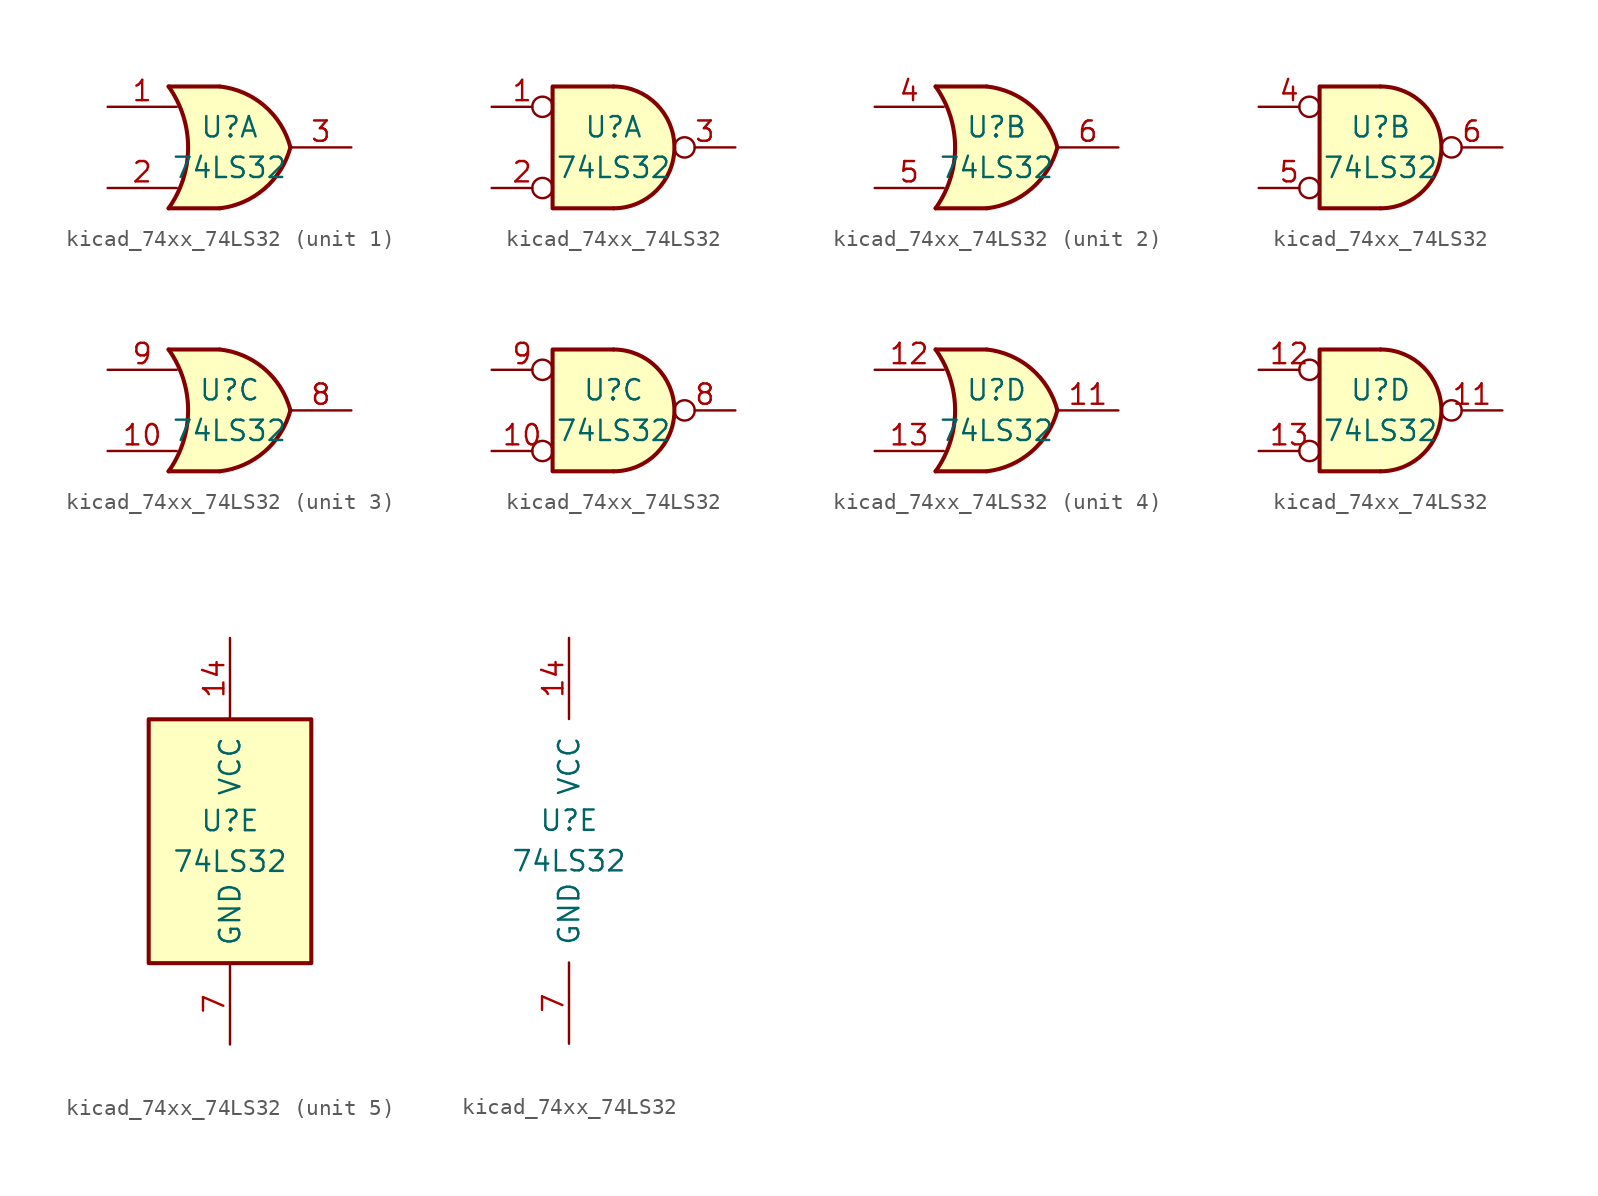
<source format=kicad_sym>
(kicad_symbol_lib
  (version 20220914)
  (generator kicad_symbol_editor)
  (symbol "kicad_74xx_74LS32"
    (pin_names
      (offset 1.016))
    (property "Reference" "U"
      (at 0 1.27 0)
      (effects (font (size 1.27 1.27))))
    (property "Value" "74LS32"
      (at 0 -1.27 0)
      (effects (font (size 1.27 1.27))))
    (property "ki_locked" ""
      (at 0 0 0)
      (effects (font (size 1.27 1.27))))
    (symbol "kicad_74xx_74LS32_1_1"
      (arc (start -3.81 -3.81) (mid -2.589 0) (end -3.81 3.81) (stroke (width 0.254) (type default)) (fill (type none)))
      (arc (start -0.6096 -3.81) (mid 2.1842 -2.5851) (end 3.81 0) (stroke (width 0.254) (type default)) (fill (type background)))
      (polyline (pts (xy -3.81 -3.81) (xy -0.635 -3.81)) (stroke (width 0.254) (type default)) (fill (type background)))
      (polyline (pts (xy -3.81 3.81) (xy -0.635 3.81)) (stroke (width 0.254) (type default)) (fill (type background)))
      (polyline (pts (xy -0.635 3.81) (xy -3.81 3.81) (xy -3.81 3.81) (xy -3.556 3.404) (xy -3.023 2.261) (xy -2.692 1.041) (xy -2.616 -0.254) (xy -2.769 -1.499) (xy -3.175 -2.718) (xy -3.81 -3.81) (xy -3.81 -3.81) (xy -0.635 -3.81)) (stroke (width -25.4) (type default)) (fill (type background)))
      (arc (start 3.81 0) (mid 2.1915 2.5936) (end -0.6096 3.81) (stroke (width 0.254) (type default)) (fill (type background)))
      (pin input line (at -7.62 2.54 0) (length 4.318) (name "~" (effects (font (size 1.27 1.27)))) (number "1" (effects (font (size 1.27 1.27)))))
      (pin input line (at -7.62 -2.54 0) (length 4.318) (name "~" (effects (font (size 1.27 1.27)))) (number "2" (effects (font (size 1.27 1.27)))))
      (pin output line (at 7.62 0 180) (length 3.81) (name "~" (effects (font (size 1.27 1.27)))) (number "3" (effects (font (size 1.27 1.27))))))
    (symbol "kicad_74xx_74LS32_1_2"
      (arc (start 0 -3.81) (mid 3.7934 0) (end 0 3.81) (stroke (width 0.254) (type default)) (fill (type background)))
      (polyline (pts (xy 0 3.81) (xy -3.81 3.81) (xy -3.81 -3.81) (xy 0 -3.81)) (stroke (width 0.254) (type default)) (fill (type background)))
      (pin input inverted (at -7.62 2.54 0) (length 3.81) (name "~" (effects (font (size 1.27 1.27)))) (number "1" (effects (font (size 1.27 1.27)))))
      (pin input inverted (at -7.62 -2.54 0) (length 3.81) (name "~" (effects (font (size 1.27 1.27)))) (number "2" (effects (font (size 1.27 1.27)))))
      (pin output inverted (at 7.62 0 180) (length 3.81) (name "~" (effects (font (size 1.27 1.27)))) (number "3" (effects (font (size 1.27 1.27))))))
    (symbol "kicad_74xx_74LS32_2_1"
      (arc (start -3.81 -3.81) (mid -2.589 0) (end -3.81 3.81) (stroke (width 0.254) (type default)) (fill (type none)))
      (arc (start -0.6096 -3.81) (mid 2.1842 -2.5851) (end 3.81 0) (stroke (width 0.254) (type default)) (fill (type background)))
      (polyline (pts (xy -3.81 -3.81) (xy -0.635 -3.81)) (stroke (width 0.254) (type default)) (fill (type background)))
      (polyline (pts (xy -3.81 3.81) (xy -0.635 3.81)) (stroke (width 0.254) (type default)) (fill (type background)))
      (polyline (pts (xy -0.635 3.81) (xy -3.81 3.81) (xy -3.81 3.81) (xy -3.556 3.404) (xy -3.023 2.261) (xy -2.692 1.041) (xy -2.616 -0.254) (xy -2.769 -1.499) (xy -3.175 -2.718) (xy -3.81 -3.81) (xy -3.81 -3.81) (xy -0.635 -3.81)) (stroke (width -25.4) (type default)) (fill (type background)))
      (arc (start 3.81 0) (mid 2.1915 2.5936) (end -0.6096 3.81) (stroke (width 0.254) (type default)) (fill (type background)))
      (pin input line (at -7.62 2.54 0) (length 4.318) (name "~" (effects (font (size 1.27 1.27)))) (number "4" (effects (font (size 1.27 1.27)))))
      (pin input line (at -7.62 -2.54 0) (length 4.318) (name "~" (effects (font (size 1.27 1.27)))) (number "5" (effects (font (size 1.27 1.27)))))
      (pin output line (at 7.62 0 180) (length 3.81) (name "~" (effects (font (size 1.27 1.27)))) (number "6" (effects (font (size 1.27 1.27))))))
    (symbol "kicad_74xx_74LS32_2_2"
      (arc (start 0 -3.81) (mid 3.7934 0) (end 0 3.81) (stroke (width 0.254) (type default)) (fill (type background)))
      (polyline (pts (xy 0 3.81) (xy -3.81 3.81) (xy -3.81 -3.81) (xy 0 -3.81)) (stroke (width 0.254) (type default)) (fill (type background)))
      (pin input inverted (at -7.62 2.54 0) (length 3.81) (name "~" (effects (font (size 1.27 1.27)))) (number "4" (effects (font (size 1.27 1.27)))))
      (pin input inverted (at -7.62 -2.54 0) (length 3.81) (name "~" (effects (font (size 1.27 1.27)))) (number "5" (effects (font (size 1.27 1.27)))))
      (pin output inverted (at 7.62 0 180) (length 3.81) (name "~" (effects (font (size 1.27 1.27)))) (number "6" (effects (font (size 1.27 1.27))))))
    (symbol "kicad_74xx_74LS32_3_1"
      (arc (start -3.81 -3.81) (mid -2.589 0) (end -3.81 3.81) (stroke (width 0.254) (type default)) (fill (type none)))
      (arc (start -0.6096 -3.81) (mid 2.1842 -2.5851) (end 3.81 0) (stroke (width 0.254) (type default)) (fill (type background)))
      (polyline (pts (xy -3.81 -3.81) (xy -0.635 -3.81)) (stroke (width 0.254) (type default)) (fill (type background)))
      (polyline (pts (xy -3.81 3.81) (xy -0.635 3.81)) (stroke (width 0.254) (type default)) (fill (type background)))
      (polyline (pts (xy -0.635 3.81) (xy -3.81 3.81) (xy -3.81 3.81) (xy -3.556 3.404) (xy -3.023 2.261) (xy -2.692 1.041) (xy -2.616 -0.254) (xy -2.769 -1.499) (xy -3.175 -2.718) (xy -3.81 -3.81) (xy -3.81 -3.81) (xy -0.635 -3.81)) (stroke (width -25.4) (type default)) (fill (type background)))
      (arc (start 3.81 0) (mid 2.1915 2.5936) (end -0.6096 3.81) (stroke (width 0.254) (type default)) (fill (type background)))
      (pin input line (at -7.62 -2.54 0) (length 4.318) (name "~" (effects (font (size 1.27 1.27)))) (number "10" (effects (font (size 1.27 1.27)))))
      (pin output line (at 7.62 0 180) (length 3.81) (name "~" (effects (font (size 1.27 1.27)))) (number "8" (effects (font (size 1.27 1.27)))))
      (pin input line (at -7.62 2.54 0) (length 4.318) (name "~" (effects (font (size 1.27 1.27)))) (number "9" (effects (font (size 1.27 1.27))))))
    (symbol "kicad_74xx_74LS32_3_2"
      (arc (start 0 -3.81) (mid 3.7934 0) (end 0 3.81) (stroke (width 0.254) (type default)) (fill (type background)))
      (polyline (pts (xy 0 3.81) (xy -3.81 3.81) (xy -3.81 -3.81) (xy 0 -3.81)) (stroke (width 0.254) (type default)) (fill (type background)))
      (pin input inverted (at -7.62 -2.54 0) (length 3.81) (name "~" (effects (font (size 1.27 1.27)))) (number "10" (effects (font (size 1.27 1.27)))))
      (pin output inverted (at 7.62 0 180) (length 3.81) (name "~" (effects (font (size 1.27 1.27)))) (number "8" (effects (font (size 1.27 1.27)))))
      (pin input inverted (at -7.62 2.54 0) (length 3.81) (name "~" (effects (font (size 1.27 1.27)))) (number "9" (effects (font (size 1.27 1.27))))))
    (symbol "kicad_74xx_74LS32_4_1"
      (arc (start -3.81 -3.81) (mid -2.589 0) (end -3.81 3.81) (stroke (width 0.254) (type default)) (fill (type none)))
      (arc (start -0.6096 -3.81) (mid 2.1842 -2.5851) (end 3.81 0) (stroke (width 0.254) (type default)) (fill (type background)))
      (polyline (pts (xy -3.81 -3.81) (xy -0.635 -3.81)) (stroke (width 0.254) (type default)) (fill (type background)))
      (polyline (pts (xy -3.81 3.81) (xy -0.635 3.81)) (stroke (width 0.254) (type default)) (fill (type background)))
      (polyline (pts (xy -0.635 3.81) (xy -3.81 3.81) (xy -3.81 3.81) (xy -3.556 3.404) (xy -3.023 2.261) (xy -2.692 1.041) (xy -2.616 -0.254) (xy -2.769 -1.499) (xy -3.175 -2.718) (xy -3.81 -3.81) (xy -3.81 -3.81) (xy -0.635 -3.81)) (stroke (width -25.4) (type default)) (fill (type background)))
      (arc (start 3.81 0) (mid 2.1915 2.5936) (end -0.6096 3.81) (stroke (width 0.254) (type default)) (fill (type background)))
      (pin output line (at 7.62 0 180) (length 3.81) (name "~" (effects (font (size 1.27 1.27)))) (number "11" (effects (font (size 1.27 1.27)))))
      (pin input line (at -7.62 2.54 0) (length 4.318) (name "~" (effects (font (size 1.27 1.27)))) (number "12" (effects (font (size 1.27 1.27)))))
      (pin input line (at -7.62 -2.54 0) (length 4.318) (name "~" (effects (font (size 1.27 1.27)))) (number "13" (effects (font (size 1.27 1.27))))))
    (symbol "kicad_74xx_74LS32_4_2"
      (arc (start 0 -3.81) (mid 3.7934 0) (end 0 3.81) (stroke (width 0.254) (type default)) (fill (type background)))
      (polyline (pts (xy 0 3.81) (xy -3.81 3.81) (xy -3.81 -3.81) (xy 0 -3.81)) (stroke (width 0.254) (type default)) (fill (type background)))
      (pin output inverted (at 7.62 0 180) (length 3.81) (name "~" (effects (font (size 1.27 1.27)))) (number "11" (effects (font (size 1.27 1.27)))))
      (pin input inverted (at -7.62 2.54 0) (length 3.81) (name "~" (effects (font (size 1.27 1.27)))) (number "12" (effects (font (size 1.27 1.27)))))
      (pin input inverted (at -7.62 -2.54 0) (length 3.81) (name "~" (effects (font (size 1.27 1.27)))) (number "13" (effects (font (size 1.27 1.27))))))
    (symbol "kicad_74xx_74LS32_5_0"
      (pin power_in line (at 0 12.7 270) (length 5.08) (name "VCC" (effects (font (size 1.27 1.27)))) (number "14" (effects (font (size 1.27 1.27)))))
      (pin power_in line (at 0 -12.7 90) (length 5.08) (name "GND" (effects (font (size 1.27 1.27)))) (number "7" (effects (font (size 1.27 1.27))))))
    (symbol "kicad_74xx_74LS32_5_1"
      (rectangle (start -5.08 7.62) (end 5.08 -7.62) (stroke (width 0.254) (type default)) (fill (type background))))))
</source>
